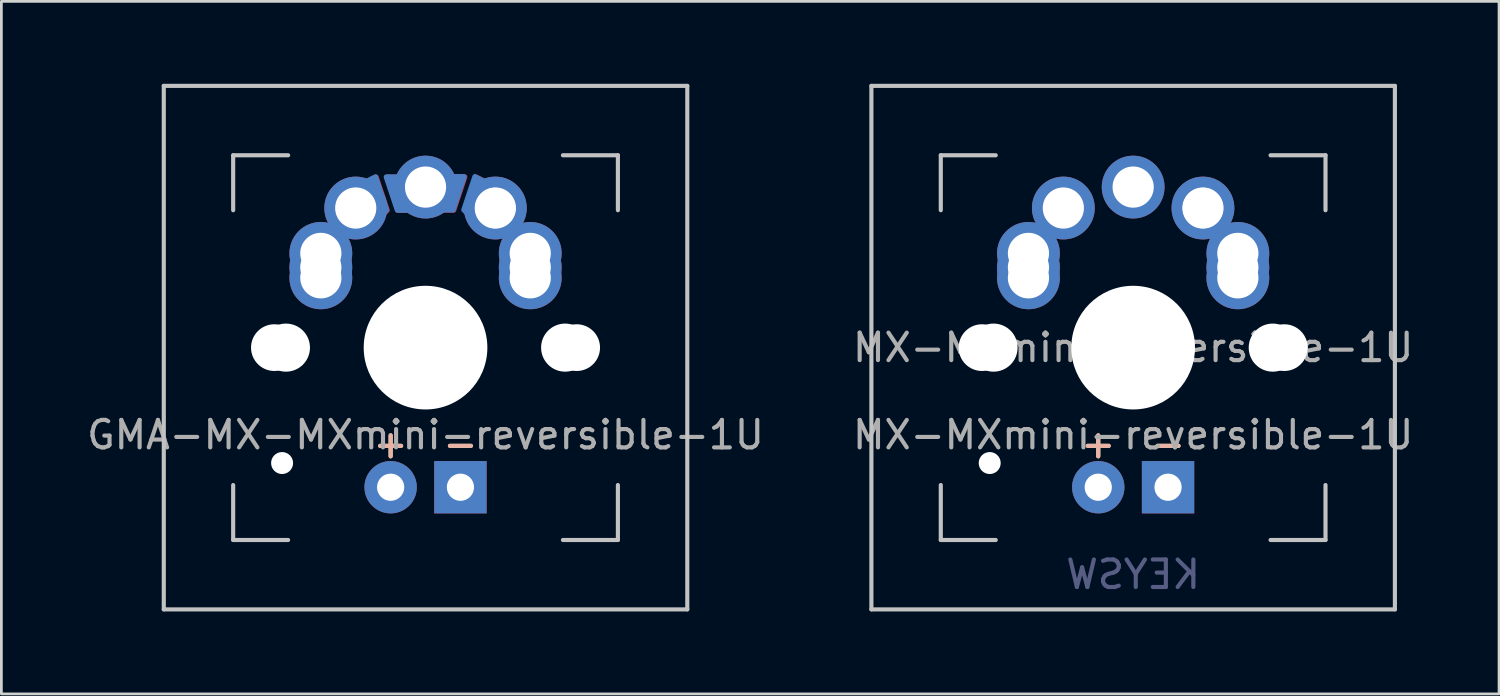
<source format=kicad_pcb>
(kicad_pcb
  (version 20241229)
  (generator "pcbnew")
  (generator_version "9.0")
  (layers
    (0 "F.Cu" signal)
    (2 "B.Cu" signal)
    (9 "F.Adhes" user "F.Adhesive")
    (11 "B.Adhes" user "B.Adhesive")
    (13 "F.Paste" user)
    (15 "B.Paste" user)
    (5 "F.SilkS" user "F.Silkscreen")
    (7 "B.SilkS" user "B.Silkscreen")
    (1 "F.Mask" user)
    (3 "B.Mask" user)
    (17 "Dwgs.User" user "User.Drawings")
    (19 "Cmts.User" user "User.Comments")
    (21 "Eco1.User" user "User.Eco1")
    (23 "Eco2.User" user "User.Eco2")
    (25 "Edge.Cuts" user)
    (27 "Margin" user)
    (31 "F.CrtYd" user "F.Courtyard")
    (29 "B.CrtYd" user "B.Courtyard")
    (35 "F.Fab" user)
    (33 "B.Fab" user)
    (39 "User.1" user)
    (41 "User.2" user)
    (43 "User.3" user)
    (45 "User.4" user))
  (footprint "MX-MXmini-reversible-1U"
    (layer "F.Cu")
    (at 38.185 9.6)
    (property "Reference" "MX-MXmini-reversible-1U" (at 0 3.175 0) (layer "F.Fab") (effects (font (size 1 1) (thickness 0.15))))
    (property "Value" "KEYSW" (at 0 -7.938 0) (layer "Dwgs.User") (hide yes) (effects (font (size 1 1) (thickness 0.15))))
    (attr through_hole)
    (fp_line (start -9.525 -9.525) (end 9.525 -9.525) (stroke (width 0.15) (type solid)) (layer "Dwgs.User"))
    (fp_line (start -9.525 9.525) (end -9.525 -9.525) (stroke (width 0.15) (type solid)) (layer "Dwgs.User"))
    (fp_line (start -7 -7) (end -7 -5) (stroke (width 0.15) (type solid)) (layer "Dwgs.User"))
    (fp_line (start -7 5) (end -7 7) (stroke (width 0.15) (type solid)) (layer "Dwgs.User"))
    (fp_line (start -7 7) (end -5 7) (stroke (width 0.15) (type solid)) (layer "Dwgs.User"))
    (fp_line (start -5 -7) (end -7 -7) (stroke (width 0.15) (type solid)) (layer "Dwgs.User"))
    (fp_line (start 5 -7) (end 7 -7) (stroke (width 0.15) (type solid)) (layer "Dwgs.User"))
    (fp_line (start 5 7) (end 7 7) (stroke (width 0.15) (type solid)) (layer "Dwgs.User"))
    (fp_line (start 7 -7) (end 7 -5) (stroke (width 0.15) (type solid)) (layer "Dwgs.User"))
    (fp_line (start 7 7) (end 7 5) (stroke (width 0.15) (type solid)) (layer "Dwgs.User"))
    (fp_line (start 9.525 -9.525) (end 9.525 9.525) (stroke (width 0.15) (type solid)) (layer "Dwgs.User"))
    (fp_line (start 9.525 9.525) (end -9.525 9.525) (stroke (width 0.15) (type solid)) (layer "Dwgs.User"))
    (fp_text user "+" (at -1.27 3.5 0) (layer "F.SilkS") (effects (font (size 1 1) (thickness 0.15))))
    (fp_text user "-" (at 1.27 3.5 0) (layer "F.SilkS") (effects (font (size 1 1) (thickness 0.15))))
    (fp_text user "-" (at 1.27 3.5 0) (layer "B.SilkS") (effects (font (size 1 1) (thickness 0.15))))
    (fp_text user "+" (at -1.27 3.5 0) (layer "B.SilkS") (effects (font (size 1 1) (thickness 0.15))))
    (fp_text user "${VALUE}" (at 0 8.255 180) (layer "B.Fab") (effects (font (size 1 1) (thickness 0.15)) (justify mirror)))
    (fp_text user "${REFERENCE}" (at 0 0 180) (layer "F.Fab") (effects (font (size 1 1) (thickness 0.15))))
    (pad "" np_thru_hole circle (at -5.5 0 48.1) (size 1.7 1.7) (drill 1.7) (layers "*.Cu" "*.Mask"))
    (pad "" np_thru_hole circle (at -5.22 4.2 48.1) (size 0.8 0.8) (drill 0.8) (layers "*.Cu" "*.Mask"))
    (pad "" np_thru_hole circle (at -5.08 0 48.1) (size 1.75 1.75) (drill 1.75) (layers "*.Cu" "*.Mask"))
    (pad "" np_thru_hole circle (at 0 0) (size 4.5 4.5) (drill 4.5) (layers "*.Cu" "*.Mask"))
    (pad "" np_thru_hole circle (at 5.08 0 48.1) (size 1.75 1.75) (drill 1.75) (layers "*.Cu" "*.Mask"))
    (pad "" np_thru_hole circle (at 5.5 0 48.1) (size 1.7 1.7) (drill 1.7) (layers "*.Cu" "*.Mask"))
    (pad "0" thru_hole circle (at 0 -5.842) (size 2.286 2.286) (drill 1.499) (layers "*.Cu" "*.Mask"))
    (pad "1" thru_hole circle (at -3.81 -3.429) (size 2.286 2.286) (drill 1.499) (layers "*.Cu" "*.Mask"))
    (pad "1" thru_hole circle (at -3.81 -2.921) (size 2.286 2.286) (drill 1.499) (layers "*.Cu" "*.Mask"))
    (pad "1" thru_hole circle (at -3.81 -2.54) (size 2.286 2.286) (drill 1.499) (layers "*.Cu" "*.Mask"))
    (pad "1" thru_hole circle (at -2.54 -5.08) (size 2.286 2.286) (drill 1.499) (layers "*.Cu" "*.Mask"))
    (pad "2" thru_hole circle (at 2.54 -5.08) (size 2.25 2.25) (drill 1.47) (layers "*.Cu" "*.Mask"))
    (pad "2" thru_hole circle (at 2.54 -5.08) (size 2.286 2.286) (drill 1.499) (layers "*.Cu" "*.Mask"))
    (pad "2" thru_hole circle (at 3.81 -3.429) (size 2.286 2.286) (drill 1.499) (layers "*.Cu" "*.Mask"))
    (pad "2" thru_hole circle (at 3.81 -2.921) (size 2.286 2.286) (drill 1.499) (layers "*.Cu" "*.Mask"))
    (pad "2" thru_hole circle (at 3.81 -2.54) (size 2.286 2.286) (drill 1.499) (layers "*.Cu" "*.Mask"))
    (pad "3" thru_hole circle (at -1.27 5.08) (size 1.905 1.905) (drill 0.991) (layers "*.Cu" "*.Mask"))
    (pad "4" thru_hole rect (at 1.27 5.08) (size 1.905 1.905) (drill 0.991) (layers "*.Cu" "*.Mask")))
  (footprint "GMA-MX-MXmini-reversible-1U"
    (layer "F.Cu")
    (at 12.435 9.6)
    (property "Reference" "GMA-MX-MXmini-reversible-1U" (at 0 3.175 0) (layer "F.Fab") (effects (font (size 1 1) (thickness 0.15))))
    (attr through_hole)
    (fp_poly (pts (xy -1.8 -6.2) (xy -1.4 -5) (xy -1.8 -4.6) (xy -1.6 -5.4) (xy -2 -5.8) (xy -2.2 -6)) (stroke (width 0.2) (type solid)) (fill yes) (layer "F.Cu"))
    (fp_poly (pts (xy -1 -5) (xy -1.4 -6.2) (xy -0.8 -6.2) (xy -1.2 -5.6) (xy -0.8 -5.2) (xy -0.6 -5)) (stroke (width 0.2) (type solid)) (fill yes) (layer "F.Cu"))
    (fp_poly (pts (xy 1.022 -5.008) (xy 1.422 -6.208) (xy 0.822 -6.208) (xy 1.222 -5.608) (xy 0.822 -5.208) (xy 0.622 -5.008)) (stroke (width 0.2) (type solid)) (fill yes) (layer "F.Cu"))
    (fp_poly (pts (xy 1.822 -6.208) (xy 1.422 -5.008) (xy 1.822 -4.608) (xy 1.622 -5.408) (xy 2.022 -5.808) (xy 2.222 -6.008)) (stroke (width 0.2) (type solid)) (fill yes) (layer "F.Cu"))
    (fp_poly (pts (xy -1.822 -6.207) (xy -1.422 -5.007) (xy -1.822 -4.607) (xy -1.622 -5.407) (xy -2.022 -5.807) (xy -2.222 -6.007)) (stroke (width 0.2) (type solid)) (fill yes) (layer "B.Cu"))
    (fp_poly (pts (xy -1.022 -5.007) (xy -1.422 -6.207) (xy -0.822 -6.207) (xy -1.222 -5.607) (xy -0.822 -5.207) (xy -0.622 -5.007)) (stroke (width 0.2) (type solid)) (fill yes) (layer "B.Cu"))
    (fp_poly (pts (xy 1 -5.015) (xy 1.4 -6.215) (xy 0.8 -6.215) (xy 1.2 -5.615) (xy 0.8 -5.215) (xy 0.6 -5.015)) (stroke (width 0.2) (type solid)) (fill yes) (layer "B.Cu"))
    (fp_poly (pts (xy 1.8 -6.215) (xy 1.4 -5.015) (xy 1.8 -4.615) (xy 1.6 -5.415) (xy 2 -5.815) (xy 2.2 -6.015)) (stroke (width 0.2) (type solid)) (fill yes) (layer "B.Cu"))
    (fp_line (start -9.525 -9.525) (end 9.525 -9.525) (stroke (width 0.15) (type solid)) (layer "Dwgs.User"))
    (fp_line (start -9.525 9.525) (end -9.525 -9.525) (stroke (width 0.15) (type solid)) (layer "Dwgs.User"))
    (fp_line (start -7 -7) (end -7 -5) (stroke (width 0.15) (type solid)) (layer "Dwgs.User"))
    (fp_line (start -7 5) (end -7 7) (stroke (width 0.15) (type solid)) (layer "Dwgs.User"))
    (fp_line (start -7 7) (end -5 7) (stroke (width 0.15) (type solid)) (layer "Dwgs.User"))
    (fp_line (start -5 -7) (end -7 -7) (stroke (width 0.15) (type solid)) (layer "Dwgs.User"))
    (fp_line (start 5 -7) (end 7 -7) (stroke (width 0.15) (type solid)) (layer "Dwgs.User"))
    (fp_line (start 5 7) (end 7 7) (stroke (width 0.15) (type solid)) (layer "Dwgs.User"))
    (fp_line (start 7 -7) (end 7 -5) (stroke (width 0.15) (type solid)) (layer "Dwgs.User"))
    (fp_line (start 7 7) (end 7 5) (stroke (width 0.15) (type solid)) (layer "Dwgs.User"))
    (fp_line (start 9.525 -9.525) (end 9.525 9.525) (stroke (width 0.15) (type solid)) (layer "Dwgs.User"))
    (fp_line (start 9.525 9.525) (end -9.525 9.525) (stroke (width 0.15) (type solid)) (layer "Dwgs.User"))
    (fp_text user "+" (at -1.27 3.5 0) (layer "F.SilkS") (effects (font (size 1 1) (thickness 0.15))))
    (fp_text user "-" (at 1.27 3.5 0) (layer "F.SilkS") (effects (font (size 1 1) (thickness 0.15))))
    (fp_text user "-" (at 1.27 3.5 0) (layer "B.SilkS") (effects (font (size 1 1) (thickness 0.15))))
    (fp_text user "+" (at -1.27 3.5 0) (layer "B.SilkS") (effects (font (size 1 1) (thickness 0.15))))
    (pad "" np_thru_hole circle (at -5.5 0 48.1) (size 1.7 1.7) (drill 1.7) (layers "*.Cu" "*.Mask"))
    (pad "" np_thru_hole circle (at -5.22 4.2 48.1) (size 0.8 0.8) (drill 0.8) (layers "*.Cu" "*.Mask"))
    (pad "" np_thru_hole circle (at -5.08 0 48.1) (size 1.75 1.75) (drill 1.75) (layers "*.Cu" "*.Mask"))
    (pad "" np_thru_hole circle (at 0 0) (size 4.5 4.5) (drill 4.5) (layers "*.Cu" "*.Mask"))
    (pad "" np_thru_hole circle (at 5.08 0 48.1) (size 1.75 1.75) (drill 1.75) (layers "*.Cu" "*.Mask"))
    (pad "" np_thru_hole circle (at 5.5 0 48.1) (size 1.7 1.7) (drill 1.7) (layers "*.Cu" "*.Mask"))
    (pad "0" thru_hole circle (at 0 -5.842) (size 2.286 2.286) (drill 1.499) (layers "*.Cu" "*.Mask"))
    (pad "1" thru_hole circle (at -3.81 -3.429) (size 2.286 2.286) (drill 1.499) (layers "*.Cu" "*.Mask"))
    (pad "1" thru_hole circle (at -3.81 -2.921) (size 2.286 2.286) (drill 1.499) (layers "*.Cu" "*.Mask"))
    (pad "1" thru_hole circle (at -3.81 -2.54) (size 2.286 2.286) (drill 1.499) (layers "*.Cu" "*.Mask"))
    (pad "1" thru_hole circle (at -2.54 -5.08) (size 2.286 2.286) (drill 1.499) (layers "*.Cu" "*.Mask"))
    (pad "2" thru_hole circle (at 2.54 -5.08) (size 2.25 2.25) (drill 1.47) (layers "*.Cu" "*.Mask"))
    (pad "2" thru_hole circle (at 2.54 -5.08) (size 2.286 2.286) (drill 1.499) (layers "*.Cu" "*.Mask"))
    (pad "2" thru_hole circle (at 3.81 -3.429) (size 2.286 2.286) (drill 1.499) (layers "*.Cu" "*.Mask"))
    (pad "2" thru_hole circle (at 3.81 -2.921) (size 2.286 2.286) (drill 1.499) (layers "*.Cu" "*.Mask"))
    (pad "2" thru_hole circle (at 3.81 -2.54) (size 2.286 2.286) (drill 1.499) (layers "*.Cu" "*.Mask"))
    (pad "3" thru_hole circle (at -1.27 5.08) (size 1.905 1.905) (drill 0.991) (layers "*.Cu" "*.Mask"))
    (pad "4" thru_hole rect (at 1.27 5.08) (size 1.905 1.905) (drill 0.991) (layers "*.Cu" "*.Mask")))
  (gr_rect
    (start -3 -3)
    (end 51.5 22.2)
    (stroke (width 0.1) (type default))
    (fill no)
    (layer "Edge.Cuts")))
</source>
